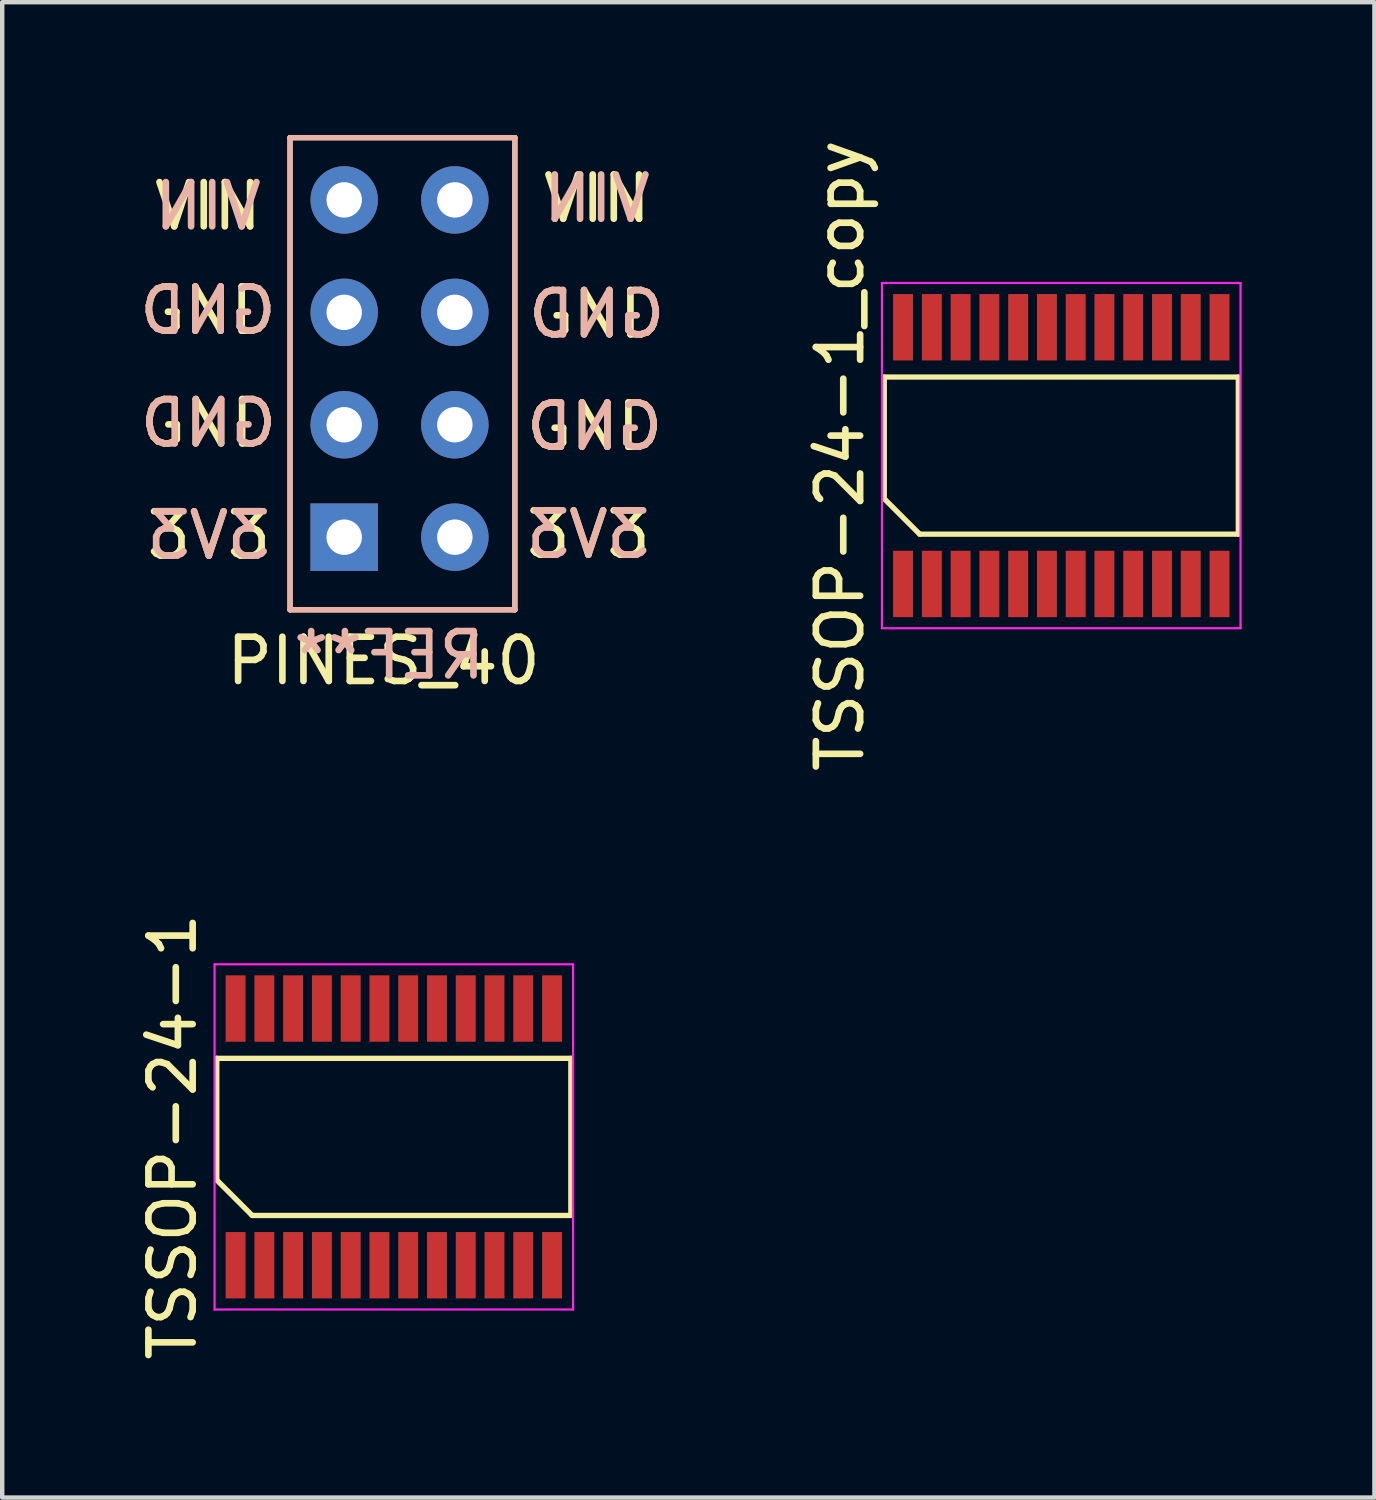
<source format=kicad_pcb>
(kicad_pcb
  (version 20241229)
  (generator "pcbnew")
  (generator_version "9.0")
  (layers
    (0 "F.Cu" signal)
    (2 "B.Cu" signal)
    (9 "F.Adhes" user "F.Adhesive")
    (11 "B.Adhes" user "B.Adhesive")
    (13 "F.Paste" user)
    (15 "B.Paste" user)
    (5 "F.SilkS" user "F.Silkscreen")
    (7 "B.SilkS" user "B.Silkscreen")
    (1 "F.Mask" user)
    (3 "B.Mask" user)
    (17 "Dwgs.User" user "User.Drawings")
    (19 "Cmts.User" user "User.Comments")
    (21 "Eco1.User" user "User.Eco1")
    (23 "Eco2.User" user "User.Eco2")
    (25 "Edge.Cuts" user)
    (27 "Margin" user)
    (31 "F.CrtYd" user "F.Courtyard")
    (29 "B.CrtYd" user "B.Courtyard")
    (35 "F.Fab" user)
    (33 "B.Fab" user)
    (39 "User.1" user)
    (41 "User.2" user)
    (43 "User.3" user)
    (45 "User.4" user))
  (footprint "PINES_40"
    (layer "F.Cu")
    (at 6.043 5.14)
    (property "Reference" "PINES_40" (at -0.427 6.741 0) (layer "F.SilkS") (effects (font (size 1 1) (thickness 0.15))))
    (attr through_hole)
    (fp_line (start -2.54 -5.08) (end -2.54 5.588) (stroke (width 0.12) (type solid)) (layer "F.SilkS"))
    (fp_line (start -2.54 5.588) (end 2.54 5.588) (stroke (width 0.12) (type solid)) (layer "F.SilkS"))
    (fp_line (start 2.54 -5.08) (end -2.54 -5.08) (stroke (width 0.12) (type solid)) (layer "F.SilkS"))
    (fp_line (start 2.54 5.588) (end 2.54 -5.08) (stroke (width 0.12) (type solid)) (layer "F.SilkS"))
    (fp_line (start -2.54 -5.08) (end -2.54 5.588) (stroke (width 0.12) (type solid)) (layer "B.SilkS"))
    (fp_line (start -2.54 5.588) (end 2.54 5.588) (stroke (width 0.12) (type solid)) (layer "B.SilkS"))
    (fp_line (start 2.54 -5.08) (end -2.54 -5.08) (stroke (width 0.12) (type solid)) (layer "B.SilkS"))
    (fp_line (start 2.54 5.588) (end 2.54 -5.08) (stroke (width 0.12) (type solid)) (layer "B.SilkS"))
    (fp_text user "GND" (at -4.384 1.372 0) (layer "F.SilkS") (effects (font (size 1 1) (thickness 0.15))))
    (fp_text user "3V3" (at -4.374 3.907 0) (layer "F.SilkS") (effects (font (size 1 1) (thickness 0.15))))
    (fp_text user "VIN" (at 4.394 -3.703 0) (layer "F.SilkS") (effects (font (size 1 1) (thickness 0.15))))
    (fp_text user "VIN" (at -4.394 -3.531 0) (layer "F.SilkS") (effects (font (size 1 1) (thickness 0.15))))
    (fp_text user "GND" (at 4.389 -1.092 0) (layer "F.SilkS") (effects (font (size 1 1) (thickness 0.15))))
    (fp_text user "3V3" (at 4.201 3.886 0) (layer "F.SilkS") (effects (font (size 1 1) (thickness 0.15))))
    (fp_text user "GND" (at 4.343 1.448 0) (layer "F.SilkS") (effects (font (size 1 1) (thickness 0.15))))
    (fp_text user "GND" (at -4.394 -1.173 0) (layer "F.SilkS") (effects (font (size 1 1) (thickness 0.15))))
    (fp_text user "GND" (at -4.384 1.372 0) (layer "B.SilkS") (effects (font (size 1 1) (thickness 0.15)) (justify mirror)))
    (fp_text user "VIN" (at -4.394 -3.531 0) (layer "B.SilkS") (effects (font (size 1 1) (thickness 0.15)) (justify mirror)))
    (fp_text user "GND" (at 4.389 -1.092 0) (layer "B.SilkS") (effects (font (size 1 1) (thickness 0.15)) (justify mirror)))
    (fp_text user "REF**" (at -0.3 6.614 180) (layer "B.SilkS") (effects (font (size 1 1) (thickness 0.15)) (justify mirror)))
    (fp_text user "3V3" (at -4.374 3.907 0) (layer "B.SilkS") (effects (font (size 1 1) (thickness 0.15)) (justify mirror)))
    (fp_text user "3V3" (at 4.201 3.886 0) (layer "B.SilkS") (effects (font (size 1 1) (thickness 0.15)) (justify mirror)))
    (fp_text user "GND" (at 4.343 1.448 0) (layer "B.SilkS") (effects (font (size 1 1) (thickness 0.15)) (justify mirror)))
    (fp_text user "VIN" (at 4.394 -3.703 0) (layer "B.SilkS") (effects (font (size 1 1) (thickness 0.15)) (justify mirror)))
    (fp_text user "GND" (at -4.394 -1.173 0) (layer "B.SilkS") (effects (font (size 1 1) (thickness 0.15)) (justify mirror)))
    (pad "1" thru_hole rect (at -1.316 3.947) (size 1.524 1.524) (drill 0.8) (layers "*.Cu" "*.Mask"))
    (pad "2" thru_hole circle (at 1.184 3.947) (size 1.524 1.524) (drill 0.8) (layers "*.Cu" "*.Mask"))
    (pad "3" thru_hole circle (at -1.316 1.407) (size 1.524 1.524) (drill 0.8) (layers "*.Cu" "*.Mask"))
    (pad "4" thru_hole circle (at 1.184 1.407) (size 1.524 1.524) (drill 0.8) (layers "*.Cu" "*.Mask"))
    (pad "5" thru_hole circle (at -1.316 -1.133) (size 1.524 1.524) (drill 0.8) (layers "*.Cu" "*.Mask"))
    (pad "6" thru_hole circle (at 1.184 -1.133) (size 1.524 1.524) (drill 0.8) (layers "*.Cu" "*.Mask"))
    (pad "7" thru_hole circle (at -1.316 -3.673) (size 1.524 1.524) (drill 0.8) (layers "*.Cu" "*.Mask"))
    (pad "8" thru_hole circle (at 1.184 -3.673) (size 1.524 1.524) (drill 0.8) (layers "*.Cu" "*.Mask")))
  (footprint "TSSOP-24-1_copy"
    (layer "F.Cu")
    (at 20.929 7.244)
    (property "Reference" "TSSOP-24-1_copy" (at -5 0 90) (layer "F.SilkS") (effects (font (size 1 1) (thickness 0.15))))
    (attr smd)
    (fp_line (start -4 -1.775) (end 4 -1.775) (stroke (width 0.12) (type solid)) (layer "F.SilkS"))
    (fp_line (start -4 0.975) (end -4 -1.775) (stroke (width 0.12) (type solid)) (layer "F.SilkS"))
    (fp_line (start -3.2 1.775) (end -4 0.975) (stroke (width 0.12) (type solid)) (layer "F.SilkS"))
    (fp_line (start 4 -1.775) (end 4 1.775) (stroke (width 0.12) (type solid)) (layer "F.SilkS"))
    (fp_line (start 4 1.775) (end -3.2 1.775) (stroke (width 0.12) (type solid)) (layer "F.SilkS"))
    (fp_line (start -4.05 -3.9) (end 4.05 -3.9) (stroke (width 0.05) (type solid)) (layer "F.CrtYd"))
    (fp_line (start -4.05 3.9) (end -4.05 -3.9) (stroke (width 0.05) (type solid)) (layer "F.CrtYd"))
    (fp_line (start 4.05 -3.9) (end 4.05 3.9) (stroke (width 0.05) (type solid)) (layer "F.CrtYd"))
    (fp_line (start 4.05 3.9) (end -4.05 3.9) (stroke (width 0.05) (type solid)) (layer "F.CrtYd"))
    (pad "1" smd rect (at -3.575 2.9) (size 0.45 1.5) (layers "F.Cu" "F.Mask" "F.Paste"))
    (pad "2" smd rect (at -2.925 2.9) (size 0.45 1.5) (layers "F.Cu" "F.Mask" "F.Paste"))
    (pad "3" smd rect (at -2.275 2.9) (size 0.45 1.5) (layers "F.Cu" "F.Mask" "F.Paste"))
    (pad "4" smd rect (at -1.625 2.9) (size 0.45 1.5) (layers "F.Cu" "F.Mask" "F.Paste"))
    (pad "5" smd rect (at -0.975 2.9) (size 0.45 1.5) (layers "F.Cu" "F.Mask" "F.Paste"))
    (pad "6" smd rect (at -0.325 2.9) (size 0.45 1.5) (layers "F.Cu" "F.Mask" "F.Paste"))
    (pad "7" smd rect (at 0.325 2.9) (size 0.45 1.5) (layers "F.Cu" "F.Mask" "F.Paste"))
    (pad "8" smd rect (at 0.975 2.9) (size 0.45 1.5) (layers "F.Cu" "F.Mask" "F.Paste"))
    (pad "9" smd rect (at 1.625 2.9) (size 0.45 1.5) (layers "F.Cu" "F.Mask" "F.Paste"))
    (pad "10" smd rect (at 2.275 2.9) (size 0.45 1.5) (layers "F.Cu" "F.Mask" "F.Paste"))
    (pad "11" smd rect (at 2.925 2.9) (size 0.45 1.5) (layers "F.Cu" "F.Mask" "F.Paste"))
    (pad "12" smd rect (at 3.575 2.9) (size 0.45 1.5) (layers "F.Cu" "F.Mask" "F.Paste"))
    (pad "13" smd rect (at 3.575 -2.9) (size 0.45 1.5) (layers "F.Cu" "F.Mask" "F.Paste"))
    (pad "14" smd rect (at 2.925 -2.9) (size 0.45 1.5) (layers "F.Cu" "F.Mask" "F.Paste"))
    (pad "15" smd rect (at 2.275 -2.9) (size 0.45 1.5) (layers "F.Cu" "F.Mask" "F.Paste"))
    (pad "16" smd rect (at 1.625 -2.9) (size 0.45 1.5) (layers "F.Cu" "F.Mask" "F.Paste"))
    (pad "17" smd rect (at 0.975 -2.9) (size 0.45 1.5) (layers "F.Cu" "F.Mask" "F.Paste"))
    (pad "18" smd rect (at 0.325 -2.9) (size 0.45 1.5) (layers "F.Cu" "F.Mask" "F.Paste"))
    (pad "19" smd rect (at -0.325 -2.9) (size 0.45 1.5) (layers "F.Cu" "F.Mask" "F.Paste"))
    (pad "20" smd rect (at -0.975 -2.9) (size 0.45 1.5) (layers "F.Cu" "F.Mask" "F.Paste"))
    (pad "21" smd rect (at -1.625 -2.9) (size 0.45 1.5) (layers "F.Cu" "F.Mask" "F.Paste"))
    (pad "22" smd rect (at -2.275 -2.9) (size 0.45 1.5) (layers "F.Cu" "F.Mask" "F.Paste"))
    (pad "23" smd rect (at -2.925 -2.9) (size 0.45 1.5) (layers "F.Cu" "F.Mask" "F.Paste"))
    (pad "24" smd rect (at -3.575 -2.9) (size 0.45 1.5) (layers "F.Cu" "F.Mask" "F.Paste")))
  (footprint "TSSOP-24-1"
    (layer "F.Cu")
    (at 5.848 22.637)
    (property "Reference" "TSSOP-24-1" (at -5 0 90) (layer "F.SilkS") (effects (font (size 1 1) (thickness 0.15))))
    (attr smd)
    (fp_line (start -4 -1.775) (end 4 -1.775) (stroke (width 0.12) (type solid)) (layer "F.SilkS"))
    (fp_line (start -4 0.975) (end -4 -1.775) (stroke (width 0.12) (type solid)) (layer "F.SilkS"))
    (fp_line (start -3.2 1.775) (end -4 0.975) (stroke (width 0.12) (type solid)) (layer "F.SilkS"))
    (fp_line (start 4 -1.775) (end 4 1.775) (stroke (width 0.12) (type solid)) (layer "F.SilkS"))
    (fp_line (start 4 1.775) (end -3.2 1.775) (stroke (width 0.12) (type solid)) (layer "F.SilkS"))
    (fp_line (start -4.05 -3.9) (end 4.05 -3.9) (stroke (width 0.05) (type solid)) (layer "F.CrtYd"))
    (fp_line (start -4.05 3.9) (end -4.05 -3.9) (stroke (width 0.05) (type solid)) (layer "F.CrtYd"))
    (fp_line (start 4.05 -3.9) (end 4.05 3.9) (stroke (width 0.05) (type solid)) (layer "F.CrtYd"))
    (fp_line (start 4.05 3.9) (end -4.05 3.9) (stroke (width 0.05) (type solid)) (layer "F.CrtYd"))
    (pad "1" smd rect (at -3.575 2.9) (size 0.45 1.5) (layers "F.Cu" "F.Mask" "F.Paste"))
    (pad "2" smd rect (at -2.925 2.9) (size 0.45 1.5) (layers "F.Cu" "F.Mask" "F.Paste"))
    (pad "3" smd rect (at -2.275 2.9) (size 0.45 1.5) (layers "F.Cu" "F.Mask" "F.Paste"))
    (pad "4" smd rect (at -1.625 2.9) (size 0.45 1.5) (layers "F.Cu" "F.Mask" "F.Paste"))
    (pad "5" smd rect (at -0.975 2.9) (size 0.45 1.5) (layers "F.Cu" "F.Mask" "F.Paste"))
    (pad "6" smd rect (at -0.325 2.9) (size 0.45 1.5) (layers "F.Cu" "F.Mask" "F.Paste"))
    (pad "7" smd rect (at 0.325 2.9) (size 0.45 1.5) (layers "F.Cu" "F.Mask" "F.Paste"))
    (pad "8" smd rect (at 0.975 2.9) (size 0.45 1.5) (layers "F.Cu" "F.Mask" "F.Paste"))
    (pad "9" smd rect (at 1.625 2.9) (size 0.45 1.5) (layers "F.Cu" "F.Mask" "F.Paste"))
    (pad "10" smd rect (at 2.275 2.9) (size 0.45 1.5) (layers "F.Cu" "F.Mask" "F.Paste"))
    (pad "11" smd rect (at 2.925 2.9) (size 0.45 1.5) (layers "F.Cu" "F.Mask" "F.Paste"))
    (pad "12" smd rect (at 3.575 2.9) (size 0.45 1.5) (layers "F.Cu" "F.Mask" "F.Paste"))
    (pad "13" smd rect (at 3.575 -2.9) (size 0.45 1.5) (layers "F.Cu" "F.Mask" "F.Paste"))
    (pad "14" smd rect (at 2.925 -2.9) (size 0.45 1.5) (layers "F.Cu" "F.Mask" "F.Paste"))
    (pad "15" smd rect (at 2.275 -2.9) (size 0.45 1.5) (layers "F.Cu" "F.Mask" "F.Paste"))
    (pad "16" smd rect (at 1.625 -2.9) (size 0.45 1.5) (layers "F.Cu" "F.Mask" "F.Paste"))
    (pad "17" smd rect (at 0.975 -2.9) (size 0.45 1.5) (layers "F.Cu" "F.Mask" "F.Paste"))
    (pad "18" smd rect (at 0.325 -2.9) (size 0.45 1.5) (layers "F.Cu" "F.Mask" "F.Paste"))
    (pad "19" smd rect (at -0.325 -2.9) (size 0.45 1.5) (layers "F.Cu" "F.Mask" "F.Paste"))
    (pad "20" smd rect (at -0.975 -2.9) (size 0.45 1.5) (layers "F.Cu" "F.Mask" "F.Paste"))
    (pad "21" smd rect (at -1.625 -2.9) (size 0.45 1.5) (layers "F.Cu" "F.Mask" "F.Paste"))
    (pad "22" smd rect (at -2.275 -2.9) (size 0.45 1.5) (layers "F.Cu" "F.Mask" "F.Paste"))
    (pad "23" smd rect (at -2.925 -2.9) (size 0.45 1.5) (layers "F.Cu" "F.Mask" "F.Paste"))
    (pad "24" smd rect (at -3.575 -2.9) (size 0.45 1.5) (layers "F.Cu" "F.Mask" "F.Paste")))
  (gr_rect
    (start -3 -3)
    (end 28.004 30.786)
    (stroke (width 0.1) (type default))
    (fill no)
    (layer "Edge.Cuts")))
</source>
